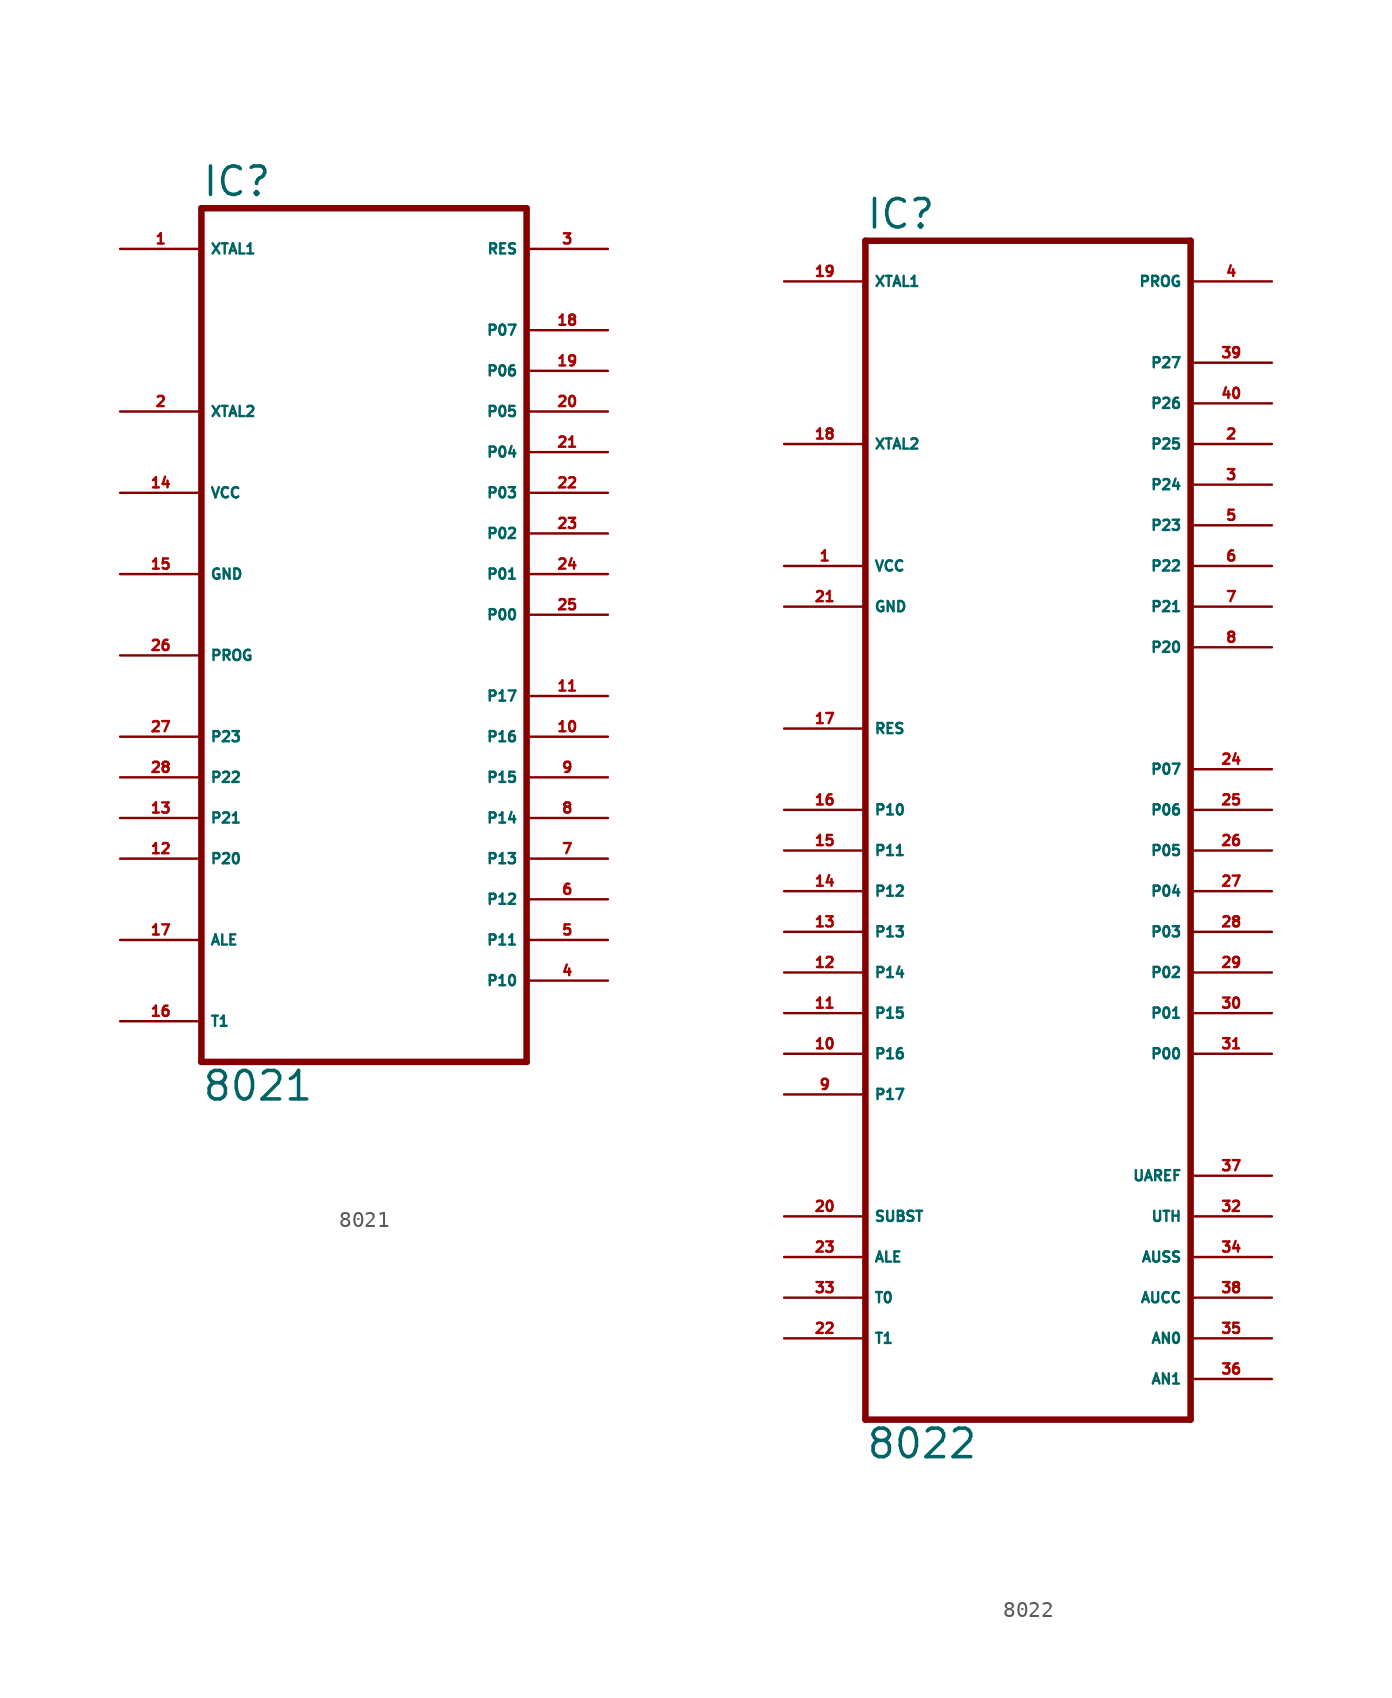
<source format=kicad_sym>
(kicad_symbol_lib
  (version 20220914)
  (generator Eagle2Kicad)
  (symbol "8021"
    (property "Reference" "IC"
      (at -10.16 26.035 0)
      (effects (font (size 1.778 1.778) (thickness 0.22)) (justify left bottom)))
    (property "Value" "8021"
      (at -10.16 -30.48 0)
      (effects (font (size 1.778 1.778) (thickness 0.22)) (justify left bottom)))
    (polyline
      (pts (xy 10.16 25.4) (xy 10.16 -27.94))
      (stroke (width 0.406) (type default))
      (fill (type none)))
    (polyline
      (pts (xy -10.16 -27.94) (xy 10.16 -27.94))
      (stroke (width 0.406) (type default))
      (fill (type none)))
    (polyline
      (pts (xy -10.16 -27.94) (xy -10.16 25.4))
      (stroke (width 0.406) (type default))
      (fill (type none)))
    (polyline
      (pts (xy 10.16 25.4) (xy -10.16 25.4))
      (stroke (width 0.406) (type default))
      (fill (type none)))
    (pin input line
      (at -15.24 12.7 0)
      (length 5.08)
      (name "XTAL2" (effects (font (size 0.635 0.635) (thickness 0.08)) (justify left bottom)))
      (number "2" (effects (font (size 0.635 0.635) (thickness 0.08)) (justify left bottom))))
    (pin input line
      (at -15.24 22.86 0)
      (length 5.08)
      (name "XTAL1" (effects (font (size 0.635 0.635) (thickness 0.08)) (justify left bottom)))
      (number "1" (effects (font (size 0.635 0.635) (thickness 0.08)) (justify left bottom))))
    (pin bidirectional line
      (at -15.24 -7.62 0)
      (length 5.08)
      (name "P23" (effects (font (size 0.635 0.635) (thickness 0.08)) (justify left bottom)))
      (number "27" (effects (font (size 0.635 0.635) (thickness 0.08)) (justify left bottom))))
    (pin bidirectional line
      (at -15.24 -10.16 0)
      (length 5.08)
      (name "P22" (effects (font (size 0.635 0.635) (thickness 0.08)) (justify left bottom)))
      (number "28" (effects (font (size 0.635 0.635) (thickness 0.08)) (justify left bottom))))
    (pin bidirectional line
      (at -15.24 -12.7 0)
      (length 5.08)
      (name "P21" (effects (font (size 0.635 0.635) (thickness 0.08)) (justify left bottom)))
      (number "13" (effects (font (size 0.635 0.635) (thickness 0.08)) (justify left bottom))))
    (pin bidirectional line
      (at -15.24 -15.24 0)
      (length 5.08)
      (name "P20" (effects (font (size 0.635 0.635) (thickness 0.08)) (justify left bottom)))
      (number "12" (effects (font (size 0.635 0.635) (thickness 0.08)) (justify left bottom))))
    (pin bidirectional line
      (at 15.24 17.78 180)
      (length 5.08)
      (name "P07" (effects (font (size 0.635 0.635) (thickness 0.08)) (justify left bottom)))
      (number "18" (effects (font (size 0.635 0.635) (thickness 0.08)) (justify left bottom))))
    (pin bidirectional line
      (at 15.24 15.24 180)
      (length 5.08)
      (name "P06" (effects (font (size 0.635 0.635) (thickness 0.08)) (justify left bottom)))
      (number "19" (effects (font (size 0.635 0.635) (thickness 0.08)) (justify left bottom))))
    (pin bidirectional line
      (at 15.24 12.7 180)
      (length 5.08)
      (name "P05" (effects (font (size 0.635 0.635) (thickness 0.08)) (justify left bottom)))
      (number "20" (effects (font (size 0.635 0.635) (thickness 0.08)) (justify left bottom))))
    (pin bidirectional line
      (at 15.24 10.16 180)
      (length 5.08)
      (name "P04" (effects (font (size 0.635 0.635) (thickness 0.08)) (justify left bottom)))
      (number "21" (effects (font (size 0.635 0.635) (thickness 0.08)) (justify left bottom))))
    (pin bidirectional line
      (at 15.24 7.62 180)
      (length 5.08)
      (name "P03" (effects (font (size 0.635 0.635) (thickness 0.08)) (justify left bottom)))
      (number "22" (effects (font (size 0.635 0.635) (thickness 0.08)) (justify left bottom))))
    (pin bidirectional line
      (at 15.24 5.08 180)
      (length 5.08)
      (name "P02" (effects (font (size 0.635 0.635) (thickness 0.08)) (justify left bottom)))
      (number "23" (effects (font (size 0.635 0.635) (thickness 0.08)) (justify left bottom))))
    (pin bidirectional line
      (at 15.24 2.54 180)
      (length 5.08)
      (name "P01" (effects (font (size 0.635 0.635) (thickness 0.08)) (justify left bottom)))
      (number "24" (effects (font (size 0.635 0.635) (thickness 0.08)) (justify left bottom))))
    (pin bidirectional line
      (at 15.24 0 180)
      (length 5.08)
      (name "P00" (effects (font (size 0.635 0.635) (thickness 0.08)) (justify left bottom)))
      (number "25" (effects (font (size 0.635 0.635) (thickness 0.08)) (justify left bottom))))
    (pin output line
      (at -15.24 -20.32 0)
      (length 5.08)
      (name "ALE" (effects (font (size 0.635 0.635) (thickness 0.08)) (justify left bottom)))
      (number "17" (effects (font (size 0.635 0.635) (thickness 0.08)) (justify left bottom))))
    (pin unspecified line
      (at -15.24 7.62 0)
      (length 5.08)
      (name "VCC" (effects (font (size 0.635 0.635) (thickness 0.08)) (justify left bottom)))
      (number "14" (effects (font (size 0.635 0.635) (thickness 0.08)) (justify left bottom))))
    (pin unspecified line
      (at -15.24 2.54 0)
      (length 5.08)
      (name "GND" (effects (font (size 0.635 0.635) (thickness 0.08)) (justify left bottom)))
      (number "15" (effects (font (size 0.635 0.635) (thickness 0.08)) (justify left bottom))))
    (pin bidirectional line
      (at 15.24 -20.32 180)
      (length 5.08)
      (name "P11" (effects (font (size 0.635 0.635) (thickness 0.08)) (justify left bottom)))
      (number "5" (effects (font (size 0.635 0.635) (thickness 0.08)) (justify left bottom))))
    (pin input line
      (at 15.24 22.86 180)
      (length 5.08)
      (name "RES" (effects (font (size 0.635 0.635) (thickness 0.08)) (justify left bottom)))
      (number "3" (effects (font (size 0.635 0.635) (thickness 0.08)) (justify left bottom))))
    (pin bidirectional line
      (at 15.24 -15.24 180)
      (length 5.08)
      (name "P13" (effects (font (size 0.635 0.635) (thickness 0.08)) (justify left bottom)))
      (number "7" (effects (font (size 0.635 0.635) (thickness 0.08)) (justify left bottom))))
    (pin bidirectional line
      (at 15.24 -12.7 180)
      (length 5.08)
      (name "P14" (effects (font (size 0.635 0.635) (thickness 0.08)) (justify left bottom)))
      (number "8" (effects (font (size 0.635 0.635) (thickness 0.08)) (justify left bottom))))
    (pin bidirectional line
      (at 15.24 -10.16 180)
      (length 5.08)
      (name "P15" (effects (font (size 0.635 0.635) (thickness 0.08)) (justify left bottom)))
      (number "9" (effects (font (size 0.635 0.635) (thickness 0.08)) (justify left bottom))))
    (pin bidirectional line
      (at 15.24 -7.62 180)
      (length 5.08)
      (name "P16" (effects (font (size 0.635 0.635) (thickness 0.08)) (justify left bottom)))
      (number "10" (effects (font (size 0.635 0.635) (thickness 0.08)) (justify left bottom))))
    (pin bidirectional line
      (at 15.24 -5.08 180)
      (length 5.08)
      (name "P17" (effects (font (size 0.635 0.635) (thickness 0.08)) (justify left bottom)))
      (number "11" (effects (font (size 0.635 0.635) (thickness 0.08)) (justify left bottom))))
    (pin input line
      (at -15.24 -25.4 0)
      (length 5.08)
      (name "T1" (effects (font (size 0.635 0.635) (thickness 0.08)) (justify left bottom)))
      (number "16" (effects (font (size 0.635 0.635) (thickness 0.08)) (justify left bottom))))
    (pin output line
      (at -15.24 -2.54 0)
      (length 5.08)
      (name "PROG" (effects (font (size 0.635 0.635) (thickness 0.08)) (justify left bottom)))
      (number "26" (effects (font (size 0.635 0.635) (thickness 0.08)) (justify left bottom))))
    (pin bidirectional line
      (at 15.24 -17.78 180)
      (length 5.08)
      (name "P12" (effects (font (size 0.635 0.635) (thickness 0.08)) (justify left bottom)))
      (number "6" (effects (font (size 0.635 0.635) (thickness 0.08)) (justify left bottom))))
    (pin bidirectional line
      (at 15.24 -22.86 180)
      (length 5.08)
      (name "P10" (effects (font (size 0.635 0.635) (thickness 0.08)) (justify left bottom)))
      (number "4" (effects (font (size 0.635 0.635) (thickness 0.08)) (justify left bottom)))))
  (symbol "8022"
    (property "Reference" "IC"
      (at -10.16 38.735 0)
      (effects (font (size 1.778 1.778) (thickness 0.22)) (justify left bottom)))
    (property "Value" "8022"
      (at -10.16 -38.1 0)
      (effects (font (size 1.778 1.778) (thickness 0.22)) (justify left bottom)))
    (polyline
      (pts (xy 10.16 38.1) (xy 10.16 -35.56))
      (stroke (width 0.406) (type default))
      (fill (type none)))
    (polyline
      (pts (xy -10.16 -35.56) (xy 10.16 -35.56))
      (stroke (width 0.406) (type default))
      (fill (type none)))
    (polyline
      (pts (xy -10.16 -35.56) (xy -10.16 38.1))
      (stroke (width 0.406) (type default))
      (fill (type none)))
    (polyline
      (pts (xy 10.16 38.1) (xy -10.16 38.1))
      (stroke (width 0.406) (type default))
      (fill (type none)))
    (pin input line
      (at -15.24 25.4 0)
      (length 5.08)
      (name "XTAL2" (effects (font (size 0.635 0.635) (thickness 0.08)) (justify left bottom)))
      (number "18" (effects (font (size 0.635 0.635) (thickness 0.08)) (justify left bottom))))
    (pin input line
      (at -15.24 35.56 0)
      (length 5.08)
      (name "XTAL1" (effects (font (size 0.635 0.635) (thickness 0.08)) (justify left bottom)))
      (number "19" (effects (font (size 0.635 0.635) (thickness 0.08)) (justify left bottom))))
    (pin unspecified line
      (at 15.24 -20.32 180)
      (length 5.08)
      (name "UAREF" (effects (font (size 0.635 0.635) (thickness 0.08)) (justify left bottom)))
      (number "37" (effects (font (size 0.635 0.635) (thickness 0.08)) (justify left bottom))))
    (pin bidirectional line
      (at 15.24 30.48 180)
      (length 5.08)
      (name "P27" (effects (font (size 0.635 0.635) (thickness 0.08)) (justify left bottom)))
      (number "39" (effects (font (size 0.635 0.635) (thickness 0.08)) (justify left bottom))))
    (pin bidirectional line
      (at 15.24 27.94 180)
      (length 5.08)
      (name "P26" (effects (font (size 0.635 0.635) (thickness 0.08)) (justify left bottom)))
      (number "40" (effects (font (size 0.635 0.635) (thickness 0.08)) (justify left bottom))))
    (pin bidirectional line
      (at 15.24 25.4 180)
      (length 5.08)
      (name "P25" (effects (font (size 0.635 0.635) (thickness 0.08)) (justify left bottom)))
      (number "2" (effects (font (size 0.635 0.635) (thickness 0.08)) (justify left bottom))))
    (pin bidirectional line
      (at 15.24 22.86 180)
      (length 5.08)
      (name "P24" (effects (font (size 0.635 0.635) (thickness 0.08)) (justify left bottom)))
      (number "3" (effects (font (size 0.635 0.635) (thickness 0.08)) (justify left bottom))))
    (pin bidirectional line
      (at 15.24 20.32 180)
      (length 5.08)
      (name "P23" (effects (font (size 0.635 0.635) (thickness 0.08)) (justify left bottom)))
      (number "5" (effects (font (size 0.635 0.635) (thickness 0.08)) (justify left bottom))))
    (pin bidirectional line
      (at 15.24 17.78 180)
      (length 5.08)
      (name "P22" (effects (font (size 0.635 0.635) (thickness 0.08)) (justify left bottom)))
      (number "6" (effects (font (size 0.635 0.635) (thickness 0.08)) (justify left bottom))))
    (pin bidirectional line
      (at 15.24 15.24 180)
      (length 5.08)
      (name "P21" (effects (font (size 0.635 0.635) (thickness 0.08)) (justify left bottom)))
      (number "7" (effects (font (size 0.635 0.635) (thickness 0.08)) (justify left bottom))))
    (pin bidirectional line
      (at 15.24 12.7 180)
      (length 5.08)
      (name "P20" (effects (font (size 0.635 0.635) (thickness 0.08)) (justify left bottom)))
      (number "8" (effects (font (size 0.635 0.635) (thickness 0.08)) (justify left bottom))))
    (pin bidirectional line
      (at 15.24 5.08 180)
      (length 5.08)
      (name "P07" (effects (font (size 0.635 0.635) (thickness 0.08)) (justify left bottom)))
      (number "24" (effects (font (size 0.635 0.635) (thickness 0.08)) (justify left bottom))))
    (pin bidirectional line
      (at 15.24 2.54 180)
      (length 5.08)
      (name "P06" (effects (font (size 0.635 0.635) (thickness 0.08)) (justify left bottom)))
      (number "25" (effects (font (size 0.635 0.635) (thickness 0.08)) (justify left bottom))))
    (pin bidirectional line
      (at 15.24 0 180)
      (length 5.08)
      (name "P05" (effects (font (size 0.635 0.635) (thickness 0.08)) (justify left bottom)))
      (number "26" (effects (font (size 0.635 0.635) (thickness 0.08)) (justify left bottom))))
    (pin bidirectional line
      (at 15.24 -2.54 180)
      (length 5.08)
      (name "P04" (effects (font (size 0.635 0.635) (thickness 0.08)) (justify left bottom)))
      (number "27" (effects (font (size 0.635 0.635) (thickness 0.08)) (justify left bottom))))
    (pin bidirectional line
      (at 15.24 -5.08 180)
      (length 5.08)
      (name "P03" (effects (font (size 0.635 0.635) (thickness 0.08)) (justify left bottom)))
      (number "28" (effects (font (size 0.635 0.635) (thickness 0.08)) (justify left bottom))))
    (pin bidirectional line
      (at 15.24 -7.62 180)
      (length 5.08)
      (name "P02" (effects (font (size 0.635 0.635) (thickness 0.08)) (justify left bottom)))
      (number "29" (effects (font (size 0.635 0.635) (thickness 0.08)) (justify left bottom))))
    (pin bidirectional line
      (at 15.24 -10.16 180)
      (length 5.08)
      (name "P01" (effects (font (size 0.635 0.635) (thickness 0.08)) (justify left bottom)))
      (number "30" (effects (font (size 0.635 0.635) (thickness 0.08)) (justify left bottom))))
    (pin bidirectional line
      (at 15.24 -12.7 180)
      (length 5.08)
      (name "P00" (effects (font (size 0.635 0.635) (thickness 0.08)) (justify left bottom)))
      (number "31" (effects (font (size 0.635 0.635) (thickness 0.08)) (justify left bottom))))
    (pin output line
      (at -15.24 -25.4 0)
      (length 5.08)
      (name "ALE" (effects (font (size 0.635 0.635) (thickness 0.08)) (justify left bottom)))
      (number "23" (effects (font (size 0.635 0.635) (thickness 0.08)) (justify left bottom))))
    (pin input line
      (at -15.24 -22.86 0)
      (length 5.08)
      (name "SUBST" (effects (font (size 0.635 0.635) (thickness 0.08)) (justify left bottom)))
      (number "20" (effects (font (size 0.635 0.635) (thickness 0.08)) (justify left bottom))))
    (pin unspecified line
      (at 15.24 -27.94 180)
      (length 5.08)
      (name "AUCC" (effects (font (size 0.635 0.635) (thickness 0.08)) (justify left bottom)))
      (number "38" (effects (font (size 0.635 0.635) (thickness 0.08)) (justify left bottom))))
    (pin input line
      (at 15.24 -30.48 180)
      (length 5.08)
      (name "AN0" (effects (font (size 0.635 0.635) (thickness 0.08)) (justify left bottom)))
      (number "35" (effects (font (size 0.635 0.635) (thickness 0.08)) (justify left bottom))))
    (pin unspecified line
      (at -15.24 17.78 0)
      (length 5.08)
      (name "VCC" (effects (font (size 0.635 0.635) (thickness 0.08)) (justify left bottom)))
      (number "1" (effects (font (size 0.635 0.635) (thickness 0.08)) (justify left bottom))))
    (pin unspecified line
      (at -15.24 15.24 0)
      (length 5.08)
      (name "GND" (effects (font (size 0.635 0.635) (thickness 0.08)) (justify left bottom)))
      (number "21" (effects (font (size 0.635 0.635) (thickness 0.08)) (justify left bottom))))
    (pin bidirectional line
      (at -15.24 0 0)
      (length 5.08)
      (name "P11" (effects (font (size 0.635 0.635) (thickness 0.08)) (justify left bottom)))
      (number "15" (effects (font (size 0.635 0.635) (thickness 0.08)) (justify left bottom))))
    (pin input line
      (at -15.24 7.62 0)
      (length 5.08)
      (name "RES" (effects (font (size 0.635 0.635) (thickness 0.08)) (justify left bottom)))
      (number "17" (effects (font (size 0.635 0.635) (thickness 0.08)) (justify left bottom))))
    (pin bidirectional line
      (at -15.24 -5.08 0)
      (length 5.08)
      (name "P13" (effects (font (size 0.635 0.635) (thickness 0.08)) (justify left bottom)))
      (number "13" (effects (font (size 0.635 0.635) (thickness 0.08)) (justify left bottom))))
    (pin bidirectional line
      (at -15.24 -7.62 0)
      (length 5.08)
      (name "P14" (effects (font (size 0.635 0.635) (thickness 0.08)) (justify left bottom)))
      (number "12" (effects (font (size 0.635 0.635) (thickness 0.08)) (justify left bottom))))
    (pin bidirectional line
      (at -15.24 -10.16 0)
      (length 5.08)
      (name "P15" (effects (font (size 0.635 0.635) (thickness 0.08)) (justify left bottom)))
      (number "11" (effects (font (size 0.635 0.635) (thickness 0.08)) (justify left bottom))))
    (pin bidirectional line
      (at -15.24 -12.7 0)
      (length 5.08)
      (name "P16" (effects (font (size 0.635 0.635) (thickness 0.08)) (justify left bottom)))
      (number "10" (effects (font (size 0.635 0.635) (thickness 0.08)) (justify left bottom))))
    (pin bidirectional line
      (at -15.24 -15.24 0)
      (length 5.08)
      (name "P17" (effects (font (size 0.635 0.635) (thickness 0.08)) (justify left bottom)))
      (number "9" (effects (font (size 0.635 0.635) (thickness 0.08)) (justify left bottom))))
    (pin bidirectional line
      (at -15.24 -27.94 0)
      (length 5.08)
      (name "T0" (effects (font (size 0.635 0.635) (thickness 0.08)) (justify left bottom)))
      (number "33" (effects (font (size 0.635 0.635) (thickness 0.08)) (justify left bottom))))
    (pin input line
      (at -15.24 -30.48 0)
      (length 5.08)
      (name "T1" (effects (font (size 0.635 0.635) (thickness 0.08)) (justify left bottom)))
      (number "22" (effects (font (size 0.635 0.635) (thickness 0.08)) (justify left bottom))))
    (pin unspecified line
      (at 15.24 -25.4 180)
      (length 5.08)
      (name "AUSS" (effects (font (size 0.635 0.635) (thickness 0.08)) (justify left bottom)))
      (number "34" (effects (font (size 0.635 0.635) (thickness 0.08)) (justify left bottom))))
    (pin output line
      (at 15.24 35.56 180)
      (length 5.08)
      (name "PROG" (effects (font (size 0.635 0.635) (thickness 0.08)) (justify left bottom)))
      (number "4" (effects (font (size 0.635 0.635) (thickness 0.08)) (justify left bottom))))
    (pin input line
      (at 15.24 -33.02 180)
      (length 5.08)
      (name "AN1" (effects (font (size 0.635 0.635) (thickness 0.08)) (justify left bottom)))
      (number "36" (effects (font (size 0.635 0.635) (thickness 0.08)) (justify left bottom))))
    (pin bidirectional line
      (at -15.24 -2.54 0)
      (length 5.08)
      (name "P12" (effects (font (size 0.635 0.635) (thickness 0.08)) (justify left bottom)))
      (number "14" (effects (font (size 0.635 0.635) (thickness 0.08)) (justify left bottom))))
    (pin bidirectional line
      (at -15.24 2.54 0)
      (length 5.08)
      (name "P10" (effects (font (size 0.635 0.635) (thickness 0.08)) (justify left bottom)))
      (number "16" (effects (font (size 0.635 0.635) (thickness 0.08)) (justify left bottom))))
    (pin unspecified line
      (at 15.24 -22.86 180)
      (length 5.08)
      (name "UTH" (effects (font (size 0.635 0.635) (thickness 0.08)) (justify left bottom)))
      (number "32" (effects (font (size 0.635 0.635) (thickness 0.08)) (justify left bottom))))))
</source>
